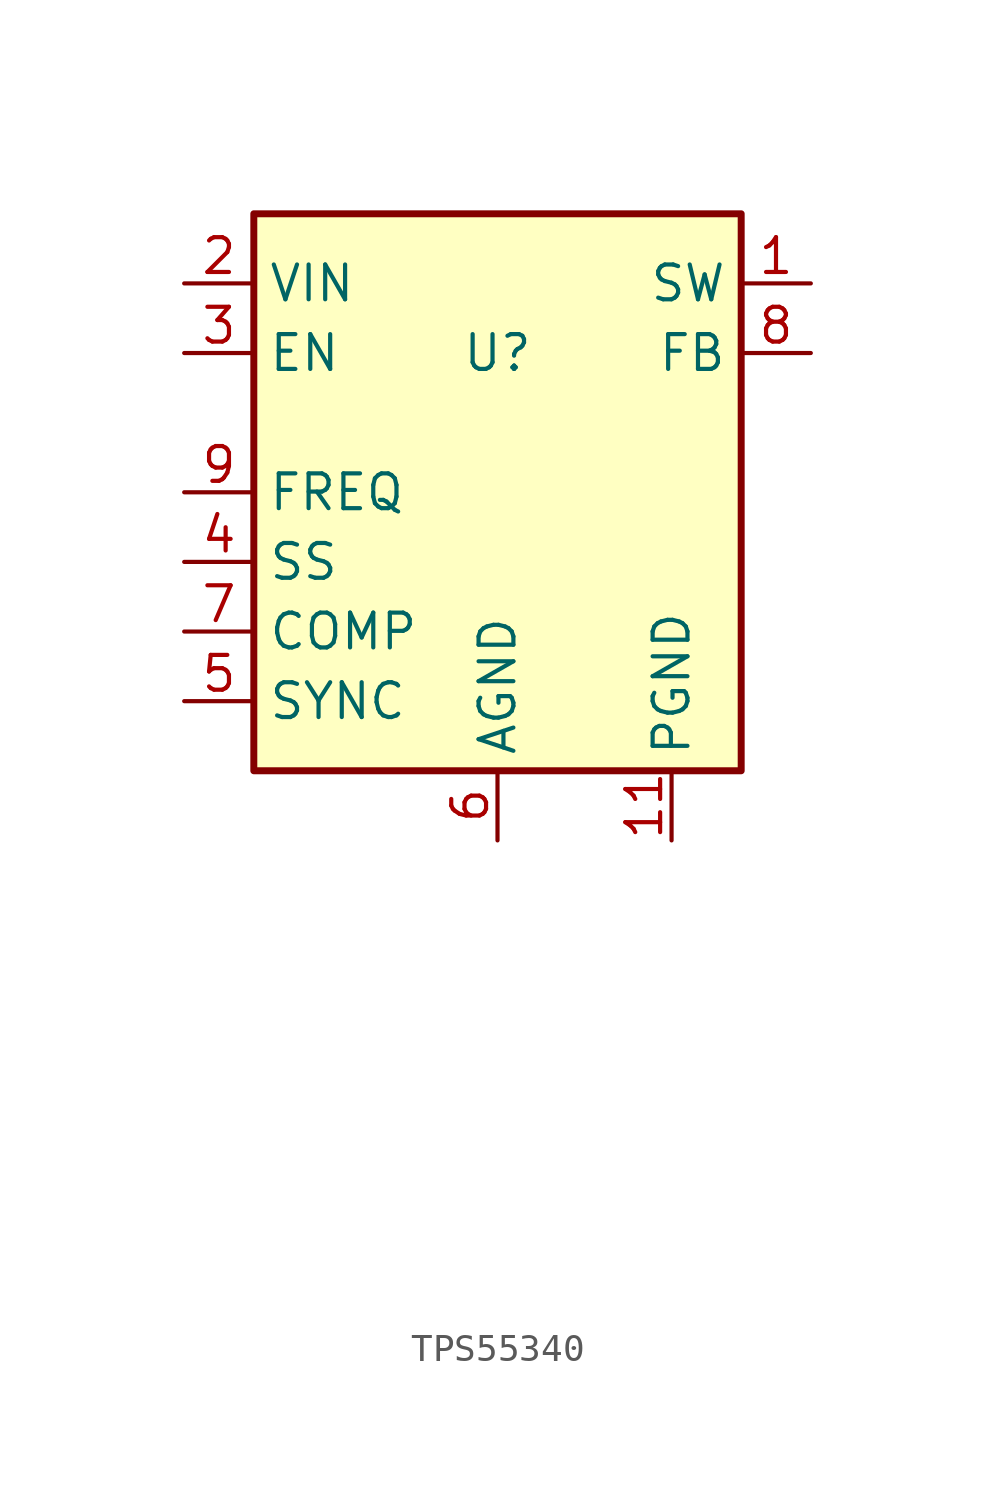
<source format=kicad_sym>
(kicad_symbol_lib
  (version 20241209)
  (generator "kicad_symbol_editor")
  (generator_version "9.0")
  (symbol "TPS55340"
    (property "Reference" "U"
      (at 0 5.08 0)
      (effects (font (size 1.27 1.27))))
    (property "Value" ""
      (at 0 5.08 0)
      (effects (font (size 1.27 1.27))))
    (symbol "TPS55340_1_1"
      (rectangle (start -8.89 10.16) (end 8.89 -10.16) (stroke (width 0.254) (type solid)) (fill (type background)))
      (pin power_in line (at -11.43 7.62 0) (length 2.54) (name "VIN" (effects (font (size 1.27 1.27)))) (number "2" (effects (font (size 1.27 1.27)))))
      (pin input line (at -11.43 5.08 0) (length 2.54) (name "EN" (effects (font (size 1.27 1.27)))) (number "3" (effects (font (size 1.27 1.27)))))
      (pin bidirectional line (at -11.43 0 0) (length 2.54) (name "FREQ" (effects (font (size 1.27 1.27)))) (number "9" (effects (font (size 1.27 1.27)))))
      (pin bidirectional line (at -11.43 -2.54 0) (length 2.54) (name "SS" (effects (font (size 1.27 1.27)))) (number "4" (effects (font (size 1.27 1.27)))))
      (pin bidirectional line (at -11.43 -5.08 0) (length 2.54) (name "COMP" (effects (font (size 1.27 1.27)))) (number "7" (effects (font (size 1.27 1.27)))))
      (pin bidirectional line (at -11.43 -7.62 0) (length 2.54) (name "SYNC" (effects (font (size 1.27 1.27)))) (number "5" (effects (font (size 1.27 1.27)))))
      (pin no_connect line (at -2.54 -21.59 0) (length 2.54) (hide yes) (name "NC" (effects (font (size 1.27 1.27)))) (number "10" (effects (font (size 1.27 1.27)))))
      (pin no_connect line (at -2.54 -26.67 0) (length 2.54) (hide yes) (name "NC" (effects (font (size 1.27 1.27)))) (number "14" (effects (font (size 1.27 1.27)))))
      (pin power_in line (at 0 -12.7 90) (length 2.54) (name "AGND" (effects (font (size 1.27 1.27)))) (number "6" (effects (font (size 1.27 1.27)))))
      (pin power_in line (at 6.35 -12.7 90) (length 2.54) (name "PGND" (effects (font (size 1.27 1.27)))) (number "11" (effects (font (size 1.27 1.27)))))
      (pin power_in line (at 6.35 -12.7 90) (length 2.54) (hide yes) (name "PGND" (effects (font (size 1.27 1.27)))) (number "12" (effects (font (size 1.27 1.27)))))
      (pin power_in line (at 6.35 -12.7 90) (length 2.54) (hide yes) (name "PGND" (effects (font (size 1.27 1.27)))) (number "13" (effects (font (size 1.27 1.27)))))
      (pin power_out line (at 11.43 7.62 180) (length 2.54) (name "SW" (effects (font (size 1.27 1.27)))) (number "1" (effects (font (size 1.27 1.27)))))
      (pin power_out line (at 11.43 7.62 180) (length 2.54) (hide yes) (name "SW" (effects (font (size 1.27 1.27)))) (number "15" (effects (font (size 1.27 1.27)))))
      (pin power_out line (at 11.43 7.62 180) (length 2.54) (hide yes) (name "SW" (effects (font (size 1.27 1.27)))) (number "16" (effects (font (size 1.27 1.27)))))
      (pin input line (at 11.43 5.08 180) (length 2.54) (name "FB" (effects (font (size 1.27 1.27)))) (number "8" (effects (font (size 1.27 1.27))))))))
</source>
